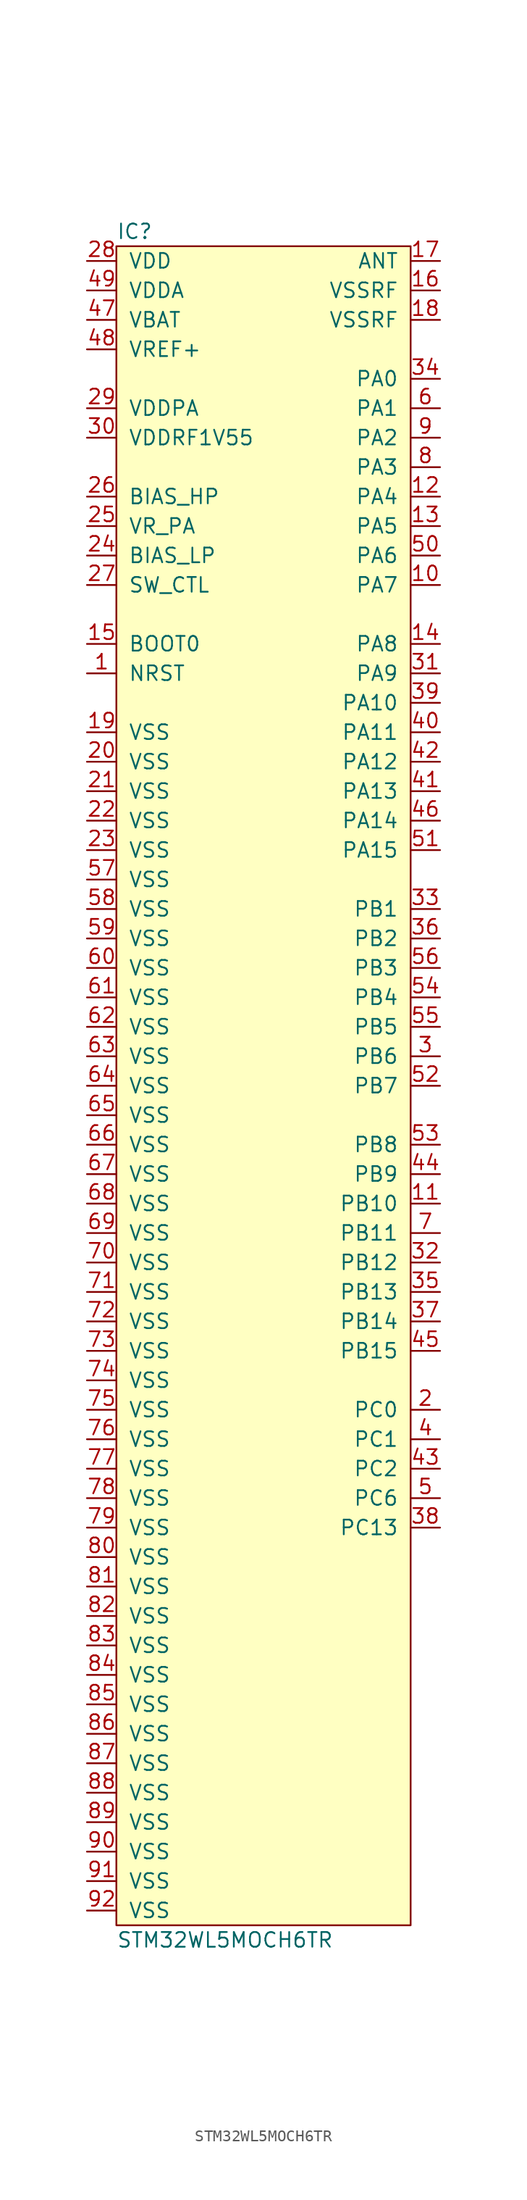
<source format=kicad_sym>
(kicad_symbol_lib
  (version 20211014)
  (generator agg_kicad.build_lib_ic)
  (symbol "STM32WL5MOCH6TR"
    (pin_names
      (offset 1.016))
    (property Reference IC
      (at -12.7 73.66 0)
      (effects (font (size 1.27 1.27)) (justify left)))
    (property Value "STM32WL5MOCH6TR"
      (at -12.7 -73.66 0)
      (effects (font (size 1.27 1.27)) (justify left)))
    (symbol "STM32WL5MOCH6TR_0_0"
      (rectangle (start -12.7 72.39) (end 12.7 -72.39) (stroke (width 0) (type default) (color 0 0 0 0)) (fill (type background)))
      (pin power_in line (at -15.24 71.12 0) (length 2.54) (name VDD (effects (font (size 1.27 1.27)))) (number "28" (effects (font (size 1.27 1.27)))))
      (pin power_in line (at -15.24 68.58 0) (length 2.54) (name VDDA (effects (font (size 1.27 1.27)))) (number "49" (effects (font (size 1.27 1.27)))))
      (pin power_in line (at -15.24 66.04 0) (length 2.54) (name VBAT (effects (font (size 1.27 1.27)))) (number "47" (effects (font (size 1.27 1.27)))))
      (pin power_in line (at -15.24 63.5 0) (length 2.54) (name "VREF+" (effects (font (size 1.27 1.27)))) (number "48" (effects (font (size 1.27 1.27)))))
      (pin power_out line (at -15.24 58.42 0) (length 2.54) (name VDDPA (effects (font (size 1.27 1.27)))) (number "29" (effects (font (size 1.27 1.27)))))
      (pin power_out line (at -15.24 55.88 0) (length 2.54) (name "VDDRF1V55" (effects (font (size 1.27 1.27)))) (number "30" (effects (font (size 1.27 1.27)))))
      (pin output line (at -15.24 50.8 0) (length 2.54) (name BIAS_HP (effects (font (size 1.27 1.27)))) (number "26" (effects (font (size 1.27 1.27)))))
      (pin power_out line (at -15.24 48.26 0) (length 2.54) (name VR_PA (effects (font (size 1.27 1.27)))) (number "25" (effects (font (size 1.27 1.27)))))
      (pin output line (at -15.24 45.72 0) (length 2.54) (name BIAS_LP (effects (font (size 1.27 1.27)))) (number "24" (effects (font (size 1.27 1.27)))))
      (pin bidirectional line (at -15.24 43.18 0) (length 2.54) (name SW_CTL (effects (font (size 1.27 1.27)))) (number "27" (effects (font (size 1.27 1.27)))))
      (pin input line (at -15.24 38.1 0) (length 2.54) (name "BOOT0" (effects (font (size 1.27 1.27)))) (number "15" (effects (font (size 1.27 1.27)))))
      (pin input line (at -15.24 35.56 0) (length 2.54) (name NRST (effects (font (size 1.27 1.27)))) (number "1" (effects (font (size 1.27 1.27)))))
      (pin power_in line (at -15.24 30.48 0) (length 2.54) (name VSS (effects (font (size 1.27 1.27)))) (number "19" (effects (font (size 1.27 1.27)))))
      (pin power_in line (at -15.24 27.94 0) (length 2.54) (name VSS (effects (font (size 1.27 1.27)))) (number "20" (effects (font (size 1.27 1.27)))))
      (pin power_in line (at -15.24 25.4 0) (length 2.54) (name VSS (effects (font (size 1.27 1.27)))) (number "21" (effects (font (size 1.27 1.27)))))
      (pin power_in line (at -15.24 22.86 0) (length 2.54) (name VSS (effects (font (size 1.27 1.27)))) (number "22" (effects (font (size 1.27 1.27)))))
      (pin power_in line (at -15.24 20.32 0) (length 2.54) (name VSS (effects (font (size 1.27 1.27)))) (number "23" (effects (font (size 1.27 1.27)))))
      (pin power_in line (at -15.24 17.78 0) (length 2.54) (name VSS (effects (font (size 1.27 1.27)))) (number "57" (effects (font (size 1.27 1.27)))))
      (pin power_in line (at -15.24 15.24 0) (length 2.54) (name VSS (effects (font (size 1.27 1.27)))) (number "58" (effects (font (size 1.27 1.27)))))
      (pin power_in line (at -15.24 12.7 0) (length 2.54) (name VSS (effects (font (size 1.27 1.27)))) (number "59" (effects (font (size 1.27 1.27)))))
      (pin power_in line (at -15.24 10.16 0) (length 2.54) (name VSS (effects (font (size 1.27 1.27)))) (number "60" (effects (font (size 1.27 1.27)))))
      (pin power_in line (at -15.24 7.62 0) (length 2.54) (name VSS (effects (font (size 1.27 1.27)))) (number "61" (effects (font (size 1.27 1.27)))))
      (pin power_in line (at -15.24 5.08 0) (length 2.54) (name VSS (effects (font (size 1.27 1.27)))) (number "62" (effects (font (size 1.27 1.27)))))
      (pin power_in line (at -15.24 2.54 0) (length 2.54) (name VSS (effects (font (size 1.27 1.27)))) (number "63" (effects (font (size 1.27 1.27)))))
      (pin power_in line (at -15.24 0 0) (length 2.54) (name VSS (effects (font (size 1.27 1.27)))) (number "64" (effects (font (size 1.27 1.27)))))
      (pin power_in line (at -15.24 -2.54 0) (length 2.54) (name VSS (effects (font (size 1.27 1.27)))) (number "65" (effects (font (size 1.27 1.27)))))
      (pin power_in line (at -15.24 -5.08 0) (length 2.54) (name VSS (effects (font (size 1.27 1.27)))) (number "66" (effects (font (size 1.27 1.27)))))
      (pin power_in line (at -15.24 -7.62 0) (length 2.54) (name VSS (effects (font (size 1.27 1.27)))) (number "67" (effects (font (size 1.27 1.27)))))
      (pin power_in line (at -15.24 -10.16 0) (length 2.54) (name VSS (effects (font (size 1.27 1.27)))) (number "68" (effects (font (size 1.27 1.27)))))
      (pin power_in line (at -15.24 -12.7 0) (length 2.54) (name VSS (effects (font (size 1.27 1.27)))) (number "69" (effects (font (size 1.27 1.27)))))
      (pin power_in line (at -15.24 -15.24 0) (length 2.54) (name VSS (effects (font (size 1.27 1.27)))) (number "70" (effects (font (size 1.27 1.27)))))
      (pin power_in line (at -15.24 -17.78 0) (length 2.54) (name VSS (effects (font (size 1.27 1.27)))) (number "71" (effects (font (size 1.27 1.27)))))
      (pin power_in line (at -15.24 -20.32 0) (length 2.54) (name VSS (effects (font (size 1.27 1.27)))) (number "72" (effects (font (size 1.27 1.27)))))
      (pin power_in line (at -15.24 -22.86 0) (length 2.54) (name VSS (effects (font (size 1.27 1.27)))) (number "73" (effects (font (size 1.27 1.27)))))
      (pin power_in line (at -15.24 -25.4 0) (length 2.54) (name VSS (effects (font (size 1.27 1.27)))) (number "74" (effects (font (size 1.27 1.27)))))
      (pin power_in line (at -15.24 -27.94 0) (length 2.54) (name VSS (effects (font (size 1.27 1.27)))) (number "75" (effects (font (size 1.27 1.27)))))
      (pin power_in line (at -15.24 -30.48 0) (length 2.54) (name VSS (effects (font (size 1.27 1.27)))) (number "76" (effects (font (size 1.27 1.27)))))
      (pin power_in line (at -15.24 -33.02 0) (length 2.54) (name VSS (effects (font (size 1.27 1.27)))) (number "77" (effects (font (size 1.27 1.27)))))
      (pin power_in line (at -15.24 -35.56 0) (length 2.54) (name VSS (effects (font (size 1.27 1.27)))) (number "78" (effects (font (size 1.27 1.27)))))
      (pin power_in line (at -15.24 -38.1 0) (length 2.54) (name VSS (effects (font (size 1.27 1.27)))) (number "79" (effects (font (size 1.27 1.27)))))
      (pin power_in line (at -15.24 -40.64 0) (length 2.54) (name VSS (effects (font (size 1.27 1.27)))) (number "80" (effects (font (size 1.27 1.27)))))
      (pin power_in line (at -15.24 -43.18 0) (length 2.54) (name VSS (effects (font (size 1.27 1.27)))) (number "81" (effects (font (size 1.27 1.27)))))
      (pin power_in line (at -15.24 -45.72 0) (length 2.54) (name VSS (effects (font (size 1.27 1.27)))) (number "82" (effects (font (size 1.27 1.27)))))
      (pin power_in line (at -15.24 -48.26 0) (length 2.54) (name VSS (effects (font (size 1.27 1.27)))) (number "83" (effects (font (size 1.27 1.27)))))
      (pin power_in line (at -15.24 -50.8 0) (length 2.54) (name VSS (effects (font (size 1.27 1.27)))) (number "84" (effects (font (size 1.27 1.27)))))
      (pin power_in line (at -15.24 -53.34 0) (length 2.54) (name VSS (effects (font (size 1.27 1.27)))) (number "85" (effects (font (size 1.27 1.27)))))
      (pin power_in line (at -15.24 -55.88 0) (length 2.54) (name VSS (effects (font (size 1.27 1.27)))) (number "86" (effects (font (size 1.27 1.27)))))
      (pin power_in line (at -15.24 -58.42 0) (length 2.54) (name VSS (effects (font (size 1.27 1.27)))) (number "87" (effects (font (size 1.27 1.27)))))
      (pin power_in line (at -15.24 -60.96 0) (length 2.54) (name VSS (effects (font (size 1.27 1.27)))) (number "88" (effects (font (size 1.27 1.27)))))
      (pin power_in line (at -15.24 -63.5 0) (length 2.54) (name VSS (effects (font (size 1.27 1.27)))) (number "89" (effects (font (size 1.27 1.27)))))
      (pin power_in line (at -15.24 -66.04 0) (length 2.54) (name VSS (effects (font (size 1.27 1.27)))) (number "90" (effects (font (size 1.27 1.27)))))
      (pin power_in line (at -15.24 -68.58 0) (length 2.54) (name VSS (effects (font (size 1.27 1.27)))) (number "91" (effects (font (size 1.27 1.27)))))
      (pin power_in line (at -15.24 -71.12 0) (length 2.54) (name VSS (effects (font (size 1.27 1.27)))) (number "92" (effects (font (size 1.27 1.27)))))
      (pin output line (at 15.24 71.12 180) (length 2.54) (name ANT (effects (font (size 1.27 1.27)))) (number "17" (effects (font (size 1.27 1.27)))))
      (pin power_in line (at 15.24 68.58 180) (length 2.54) (name VSSRF (effects (font (size 1.27 1.27)))) (number "16" (effects (font (size 1.27 1.27)))))
      (pin power_in line (at 15.24 66.04 180) (length 2.54) (name VSSRF (effects (font (size 1.27 1.27)))) (number "18" (effects (font (size 1.27 1.27)))))
      (pin bidirectional line (at 15.24 60.96 180) (length 2.54) (name "PA0" (effects (font (size 1.27 1.27)))) (number "34" (effects (font (size 1.27 1.27)))))
      (pin bidirectional line (at 15.24 58.42 180) (length 2.54) (name "PA1" (effects (font (size 1.27 1.27)))) (number "6" (effects (font (size 1.27 1.27)))))
      (pin bidirectional line (at 15.24 55.88 180) (length 2.54) (name "PA2" (effects (font (size 1.27 1.27)))) (number "9" (effects (font (size 1.27 1.27)))))
      (pin bidirectional line (at 15.24 53.34 180) (length 2.54) (name "PA3" (effects (font (size 1.27 1.27)))) (number "8" (effects (font (size 1.27 1.27)))))
      (pin bidirectional line (at 15.24 50.8 180) (length 2.54) (name "PA4" (effects (font (size 1.27 1.27)))) (number "12" (effects (font (size 1.27 1.27)))))
      (pin bidirectional line (at 15.24 48.26 180) (length 2.54) (name "PA5" (effects (font (size 1.27 1.27)))) (number "13" (effects (font (size 1.27 1.27)))))
      (pin bidirectional line (at 15.24 45.72 180) (length 2.54) (name "PA6" (effects (font (size 1.27 1.27)))) (number "50" (effects (font (size 1.27 1.27)))))
      (pin bidirectional line (at 15.24 43.18 180) (length 2.54) (name "PA7" (effects (font (size 1.27 1.27)))) (number "10" (effects (font (size 1.27 1.27)))))
      (pin bidirectional line (at 15.24 38.1 180) (length 2.54) (name "PA8" (effects (font (size 1.27 1.27)))) (number "14" (effects (font (size 1.27 1.27)))))
      (pin bidirectional line (at 15.24 35.56 180) (length 2.54) (name "PA9" (effects (font (size 1.27 1.27)))) (number "31" (effects (font (size 1.27 1.27)))))
      (pin bidirectional line (at 15.24 33.02 180) (length 2.54) (name "PA10" (effects (font (size 1.27 1.27)))) (number "39" (effects (font (size 1.27 1.27)))))
      (pin bidirectional line (at 15.24 30.48 180) (length 2.54) (name "PA11" (effects (font (size 1.27 1.27)))) (number "40" (effects (font (size 1.27 1.27)))))
      (pin bidirectional line (at 15.24 27.94 180) (length 2.54) (name "PA12" (effects (font (size 1.27 1.27)))) (number "42" (effects (font (size 1.27 1.27)))))
      (pin bidirectional line (at 15.24 25.4 180) (length 2.54) (name "PA13" (effects (font (size 1.27 1.27)))) (number "41" (effects (font (size 1.27 1.27)))))
      (pin bidirectional line (at 15.24 22.86 180) (length 2.54) (name "PA14" (effects (font (size 1.27 1.27)))) (number "46" (effects (font (size 1.27 1.27)))))
      (pin bidirectional line (at 15.24 20.32 180) (length 2.54) (name "PA15" (effects (font (size 1.27 1.27)))) (number "51" (effects (font (size 1.27 1.27)))))
      (pin bidirectional line (at 15.24 15.24 180) (length 2.54) (name "PB1" (effects (font (size 1.27 1.27)))) (number "33" (effects (font (size 1.27 1.27)))))
      (pin bidirectional line (at 15.24 12.7 180) (length 2.54) (name "PB2" (effects (font (size 1.27 1.27)))) (number "36" (effects (font (size 1.27 1.27)))))
      (pin bidirectional line (at 15.24 10.16 180) (length 2.54) (name "PB3" (effects (font (size 1.27 1.27)))) (number "56" (effects (font (size 1.27 1.27)))))
      (pin bidirectional line (at 15.24 7.62 180) (length 2.54) (name "PB4" (effects (font (size 1.27 1.27)))) (number "54" (effects (font (size 1.27 1.27)))))
      (pin bidirectional line (at 15.24 5.08 180) (length 2.54) (name "PB5" (effects (font (size 1.27 1.27)))) (number "55" (effects (font (size 1.27 1.27)))))
      (pin bidirectional line (at 15.24 2.54 180) (length 2.54) (name "PB6" (effects (font (size 1.27 1.27)))) (number "3" (effects (font (size 1.27 1.27)))))
      (pin bidirectional line (at 15.24 0 180) (length 2.54) (name "PB7" (effects (font (size 1.27 1.27)))) (number "52" (effects (font (size 1.27 1.27)))))
      (pin bidirectional line (at 15.24 -5.08 180) (length 2.54) (name "PB8" (effects (font (size 1.27 1.27)))) (number "53" (effects (font (size 1.27 1.27)))))
      (pin bidirectional line (at 15.24 -7.62 180) (length 2.54) (name "PB9" (effects (font (size 1.27 1.27)))) (number "44" (effects (font (size 1.27 1.27)))))
      (pin bidirectional line (at 15.24 -10.16 180) (length 2.54) (name "PB10" (effects (font (size 1.27 1.27)))) (number "11" (effects (font (size 1.27 1.27)))))
      (pin bidirectional line (at 15.24 -12.7 180) (length 2.54) (name "PB11" (effects (font (size 1.27 1.27)))) (number "7" (effects (font (size 1.27 1.27)))))
      (pin bidirectional line (at 15.24 -15.24 180) (length 2.54) (name "PB12" (effects (font (size 1.27 1.27)))) (number "32" (effects (font (size 1.27 1.27)))))
      (pin bidirectional line (at 15.24 -17.78 180) (length 2.54) (name "PB13" (effects (font (size 1.27 1.27)))) (number "35" (effects (font (size 1.27 1.27)))))
      (pin bidirectional line (at 15.24 -20.32 180) (length 2.54) (name "PB14" (effects (font (size 1.27 1.27)))) (number "37" (effects (font (size 1.27 1.27)))))
      (pin bidirectional line (at 15.24 -22.86 180) (length 2.54) (name "PB15" (effects (font (size 1.27 1.27)))) (number "45" (effects (font (size 1.27 1.27)))))
      (pin bidirectional line (at 15.24 -27.94 180) (length 2.54) (name "PC0" (effects (font (size 1.27 1.27)))) (number "2" (effects (font (size 1.27 1.27)))))
      (pin bidirectional line (at 15.24 -30.48 180) (length 2.54) (name "PC1" (effects (font (size 1.27 1.27)))) (number "4" (effects (font (size 1.27 1.27)))))
      (pin bidirectional line (at 15.24 -33.02 180) (length 2.54) (name "PC2" (effects (font (size 1.27 1.27)))) (number "43" (effects (font (size 1.27 1.27)))))
      (pin bidirectional line (at 15.24 -35.56 180) (length 2.54) (name "PC6" (effects (font (size 1.27 1.27)))) (number "5" (effects (font (size 1.27 1.27)))))
      (pin bidirectional line (at 15.24 -38.1 180) (length 2.54) (name "PC13" (effects (font (size 1.27 1.27)))) (number "38" (effects (font (size 1.27 1.27))))))))
</source>
